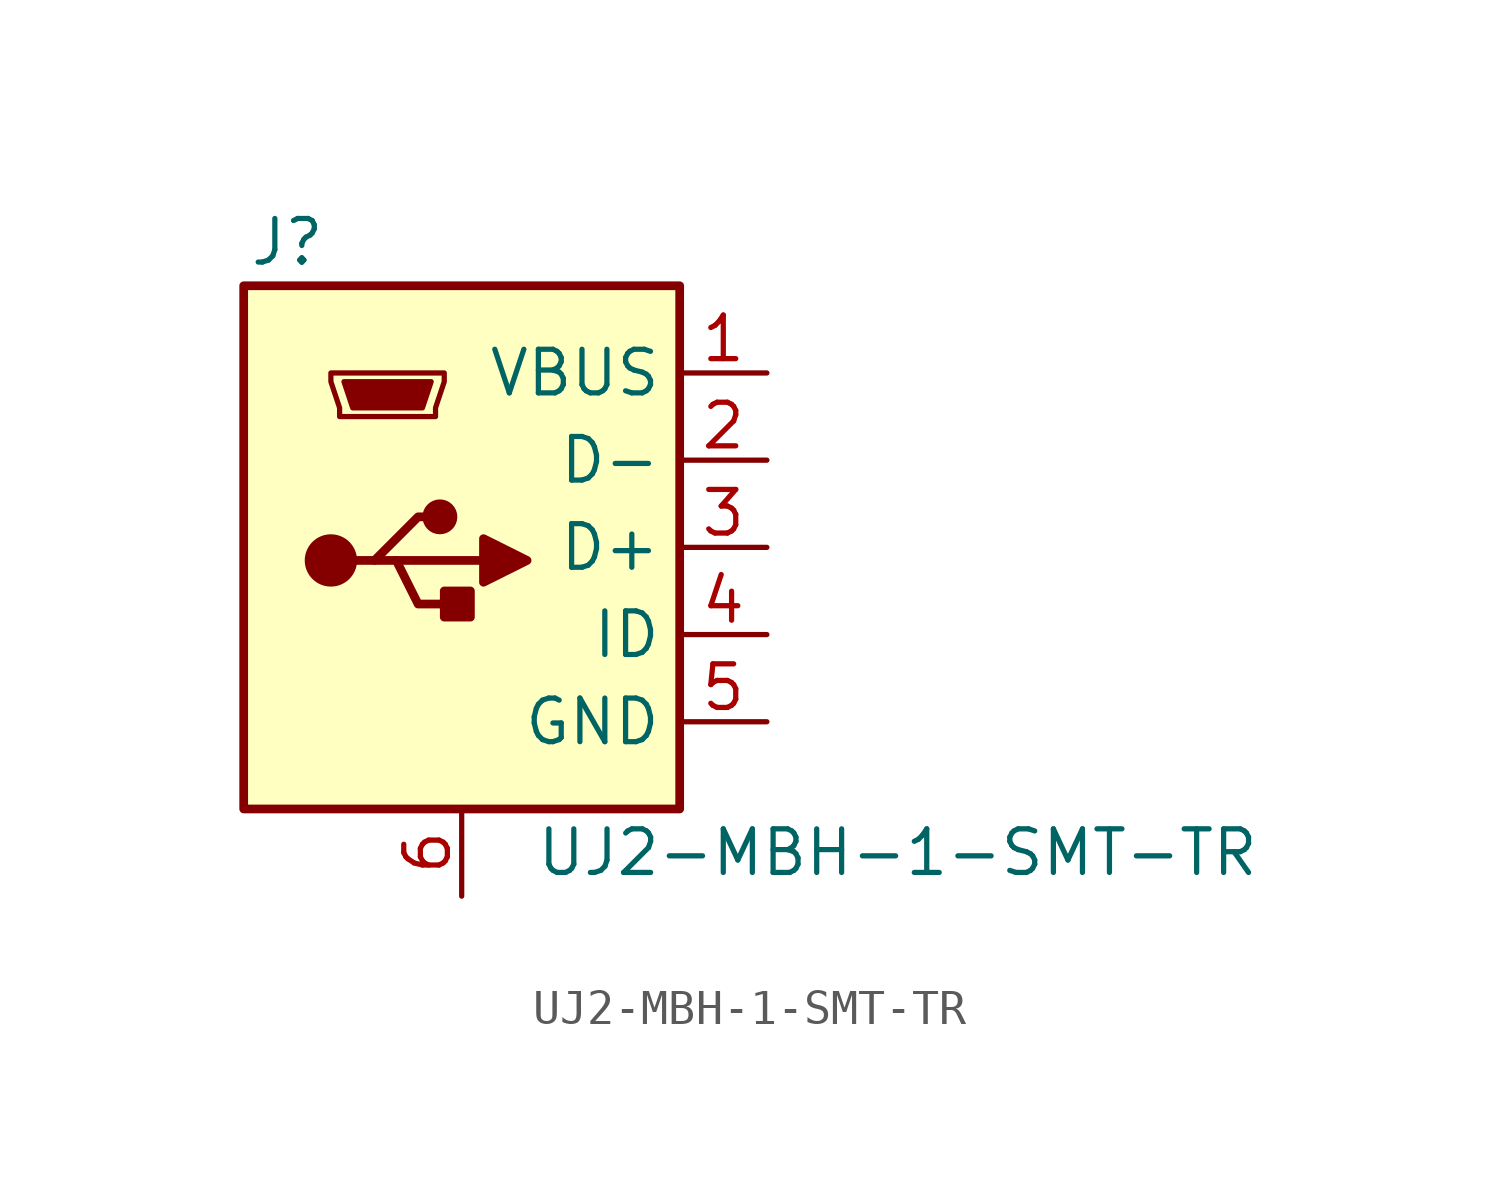
<source format=kicad_sym>
(kicad_symbol_lib
  (version 20211014)
  (generator kicad_symbol_editor)
  (symbol "UJ2-MBH-1-SMT-TR"
    (property "Reference" "J"
      (at -5.08 8.89 0)
      (effects (font (size 1.27 1.27))))
    (property "Value" "UJ2-MBH-1-SMT-TR"
      (at 12.7 -8.89 0)
      (effects (font (size 1.27 1.27))))
    (symbol "UJ2-MBH-1-SMT-TR_0_1"
      (rectangle (start -6.35 7.62) (end 6.35 -7.62) (stroke (width 0.254) (type default) (color 0 0 0 0)) (fill (type background)))
      (circle (center -3.81 -0.381) (radius 0.635) (stroke (width 0.254) (type default) (color 0 0 0 0)) (fill (type outline)))
      (circle (center -0.635 0.889) (radius 0.381) (stroke (width 0.254) (type default) (color 0 0 0 0)) (fill (type outline)))
      (polyline (pts (xy -1.905 -0.381) (xy 0.635 -0.381)) (stroke (width 0.254) (type default) (color 0 0 0 0)) (fill (type none)))
      (polyline (pts (xy -3.175 -0.381) (xy -2.54 -0.381) (xy -1.27 0.889) (xy -0.635 0.889)) (stroke (width 0.254) (type default) (color 0 0 0 0)) (fill (type none)))
      (polyline (pts (xy -2.54 -0.381) (xy -1.905 -0.381) (xy -1.27 -1.651) (xy 0 -1.651)) (stroke (width 0.254) (type default) (color 0 0 0 0)) (fill (type none)))
      (polyline (pts (xy 0.635 0.254) (xy 0.635 -1.016) (xy 1.905 -0.381) (xy 0.635 0.254)) (stroke (width 0.254) (type default) (color 0 0 0 0)) (fill (type outline)))
      (polyline (pts (xy -3.429 4.826) (xy -0.889 4.826) (xy -1.143 4.064) (xy -3.175 4.064) (xy -3.429 4.826)) (stroke (width 0) (type default) (color 0 0 0 0)) (fill (type outline)))
      (polyline (pts (xy -3.81 5.08) (xy -3.81 4.826) (xy -3.556 4.064) (xy -3.556 3.81) (xy -0.762 3.81) (xy -0.762 4.064) (xy -0.508 4.826) (xy -0.508 5.08) (xy -3.81 5.08)) (stroke (width 0) (type default) (color 0 0 0 0)) (fill (type none)))
      (rectangle (start 0.254 -1.27) (end -0.508 -2.032) (stroke (width 0.254) (type default) (color 0 0 0 0)) (fill (type outline))))
    (symbol "UJ2-MBH-1-SMT-TR_1_1"
      (pin power_out line (at 8.89 5.08 180) (length 2.54) (name "VBUS" (effects (font (size 1.27 1.27)))) (number "1" (effects (font (size 1.27 1.27)))))
      (pin bidirectional line (at 8.89 2.54 180) (length 2.54) (name "D-" (effects (font (size 1.27 1.27)))) (number "2" (effects (font (size 1.27 1.27)))))
      (pin bidirectional line (at 8.89 0 180) (length 2.54) (name "D+" (effects (font (size 1.27 1.27)))) (number "3" (effects (font (size 1.27 1.27)))))
      (pin passive line (at 8.89 -2.54 180) (length 2.54) (name "ID" (effects (font (size 1.27 1.27)))) (number "4" (effects (font (size 1.27 1.27)))))
      (pin power_out line (at 8.89 -5.08 180) (length 2.54) (name "GND" (effects (font (size 1.27 1.27)))) (number "5" (effects (font (size 1.27 1.27)))))
      (pin passive line (at 0 -10.16 90) (length 2.54) (name "" (effects (font (size 1.27 1.27)))) (number "6" (effects (font (size 1.27 1.27))))))))
</source>
